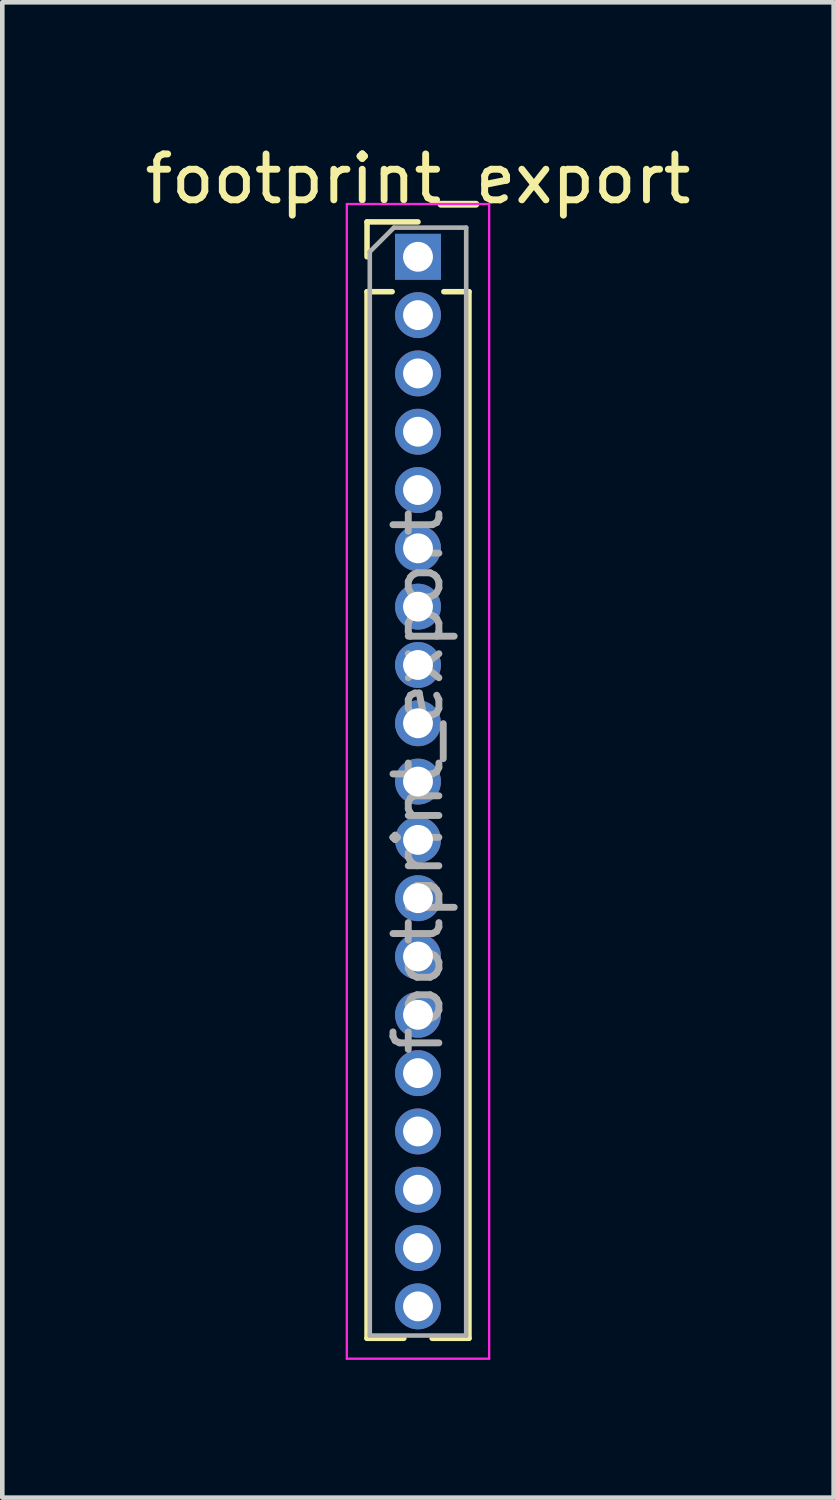
<source format=kicad_pcb>
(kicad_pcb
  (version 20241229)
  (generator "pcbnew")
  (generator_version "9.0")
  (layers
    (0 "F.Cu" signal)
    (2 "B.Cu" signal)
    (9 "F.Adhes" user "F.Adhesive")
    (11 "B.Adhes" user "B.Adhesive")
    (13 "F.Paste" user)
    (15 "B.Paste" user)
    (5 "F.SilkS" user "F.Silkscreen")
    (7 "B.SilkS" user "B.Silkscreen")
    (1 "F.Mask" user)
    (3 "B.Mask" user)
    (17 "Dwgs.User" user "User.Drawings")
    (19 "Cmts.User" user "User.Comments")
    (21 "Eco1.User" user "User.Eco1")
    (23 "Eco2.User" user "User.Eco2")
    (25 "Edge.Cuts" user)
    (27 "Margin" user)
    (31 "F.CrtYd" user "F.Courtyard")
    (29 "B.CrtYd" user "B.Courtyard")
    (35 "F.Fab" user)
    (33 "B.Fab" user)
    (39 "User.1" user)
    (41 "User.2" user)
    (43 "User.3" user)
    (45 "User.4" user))
  (footprint "footprint_export"
    (layer "F.Cu")
    (at 6.054 2.543)
    (property "Reference" "footprint_export" (at 0 -1.695 0) (layer "F.SilkS") (effects (font (size 1 1) (thickness 0.15))))
    (attr through_hole)
    (fp_line (start -1.11 -0.76) (end 0 -0.76) (stroke (width 0.12) (type solid)) (layer "F.SilkS"))
    (fp_line (start -1.11 0) (end -1.11 -0.76) (stroke (width 0.12) (type solid)) (layer "F.SilkS"))
    (fp_line (start -1.11 0.76) (end -1.11 23.555) (stroke (width 0.12) (type solid)) (layer "F.SilkS"))
    (fp_line (start -1.11 0.76) (end -0.563 0.76) (stroke (width 0.12) (type solid)) (layer "F.SilkS"))
    (fp_line (start -1.11 23.555) (end -0.308 23.555) (stroke (width 0.12) (type solid)) (layer "F.SilkS"))
    (fp_line (start 0.308 23.555) (end 1.11 23.555) (stroke (width 0.12) (type solid)) (layer "F.SilkS"))
    (fp_line (start 0.563 0.76) (end 1.11 0.76) (stroke (width 0.12) (type solid)) (layer "F.SilkS"))
    (fp_line (start 1.11 0.76) (end 1.11 23.555) (stroke (width 0.12) (type solid)) (layer "F.SilkS"))
    (fp_line (start -1.55 -1.15) (end -1.55 24) (stroke (width 0.05) (type solid)) (layer "F.CrtYd"))
    (fp_line (start -1.55 24) (end 1.55 24) (stroke (width 0.05) (type solid)) (layer "F.CrtYd"))
    (fp_line (start 1.55 -1.15) (end -1.55 -1.15) (stroke (width 0.05) (type solid)) (layer "F.CrtYd"))
    (fp_line (start 1.55 24) (end 1.55 -1.15) (stroke (width 0.05) (type solid)) (layer "F.CrtYd"))
    (fp_line (start -1.05 -0.11) (end -0.525 -0.635) (stroke (width 0.1) (type solid)) (layer "F.Fab"))
    (fp_line (start -1.05 23.495) (end -1.05 -0.11) (stroke (width 0.1) (type solid)) (layer "F.Fab"))
    (fp_line (start -0.525 -0.635) (end 1.05 -0.635) (stroke (width 0.1) (type solid)) (layer "F.Fab"))
    (fp_line (start 1.05 -0.635) (end 1.05 23.495) (stroke (width 0.1) (type solid)) (layer "F.Fab"))
    (fp_line (start 1.05 23.495) (end -1.05 23.495) (stroke (width 0.1) (type solid)) (layer "F.Fab"))
    (fp_text user "${REFERENCE}" (at 0 11.43 90) (layer "F.Fab") (effects (font (size 1 1) (thickness 0.15))))
    (pad "1" thru_hole rect (at 0 0) (size 1 1) (drill 0.65) (layers "*.Cu" "*.Mask"))
    (pad "2" thru_hole oval (at 0 1.27) (size 1 1) (drill 0.65) (layers "*.Cu" "*.Mask"))
    (pad "3" thru_hole oval (at 0 2.54) (size 1 1) (drill 0.65) (layers "*.Cu" "*.Mask"))
    (pad "4" thru_hole oval (at 0 3.81) (size 1 1) (drill 0.65) (layers "*.Cu" "*.Mask"))
    (pad "5" thru_hole oval (at 0 5.08) (size 1 1) (drill 0.65) (layers "*.Cu" "*.Mask"))
    (pad "6" thru_hole oval (at 0 6.35) (size 1 1) (drill 0.65) (layers "*.Cu" "*.Mask"))
    (pad "7" thru_hole oval (at 0 7.62) (size 1 1) (drill 0.65) (layers "*.Cu" "*.Mask"))
    (pad "8" thru_hole oval (at 0 8.89) (size 1 1) (drill 0.65) (layers "*.Cu" "*.Mask"))
    (pad "9" thru_hole oval (at 0 10.16) (size 1 1) (drill 0.65) (layers "*.Cu" "*.Mask"))
    (pad "10" thru_hole oval (at 0 11.43) (size 1 1) (drill 0.65) (layers "*.Cu" "*.Mask"))
    (pad "11" thru_hole oval (at 0 12.7) (size 1 1) (drill 0.65) (layers "*.Cu" "*.Mask"))
    (pad "12" thru_hole oval (at 0 13.97) (size 1 1) (drill 0.65) (layers "*.Cu" "*.Mask"))
    (pad "13" thru_hole oval (at 0 15.24) (size 1 1) (drill 0.65) (layers "*.Cu" "*.Mask"))
    (pad "14" thru_hole oval (at 0 16.51) (size 1 1) (drill 0.65) (layers "*.Cu" "*.Mask"))
    (pad "15" thru_hole oval (at 0 17.78) (size 1 1) (drill 0.65) (layers "*.Cu" "*.Mask"))
    (pad "16" thru_hole oval (at 0 19.05) (size 1 1) (drill 0.65) (layers "*.Cu" "*.Mask"))
    (pad "17" thru_hole oval (at 0 20.32) (size 1 1) (drill 0.65) (layers "*.Cu" "*.Mask"))
    (pad "18" thru_hole oval (at 0 21.59) (size 1 1) (drill 0.65) (layers "*.Cu" "*.Mask"))
    (pad "19" thru_hole oval (at 0 22.86) (size 1 1) (drill 0.65) (layers "*.Cu" "*.Mask")))
  (gr_rect
    (start -3 -3)
    (end 15.107 29.568)
    (stroke (width 0.1) (type default))
    (fill no)
    (layer "Edge.Cuts")))
</source>
